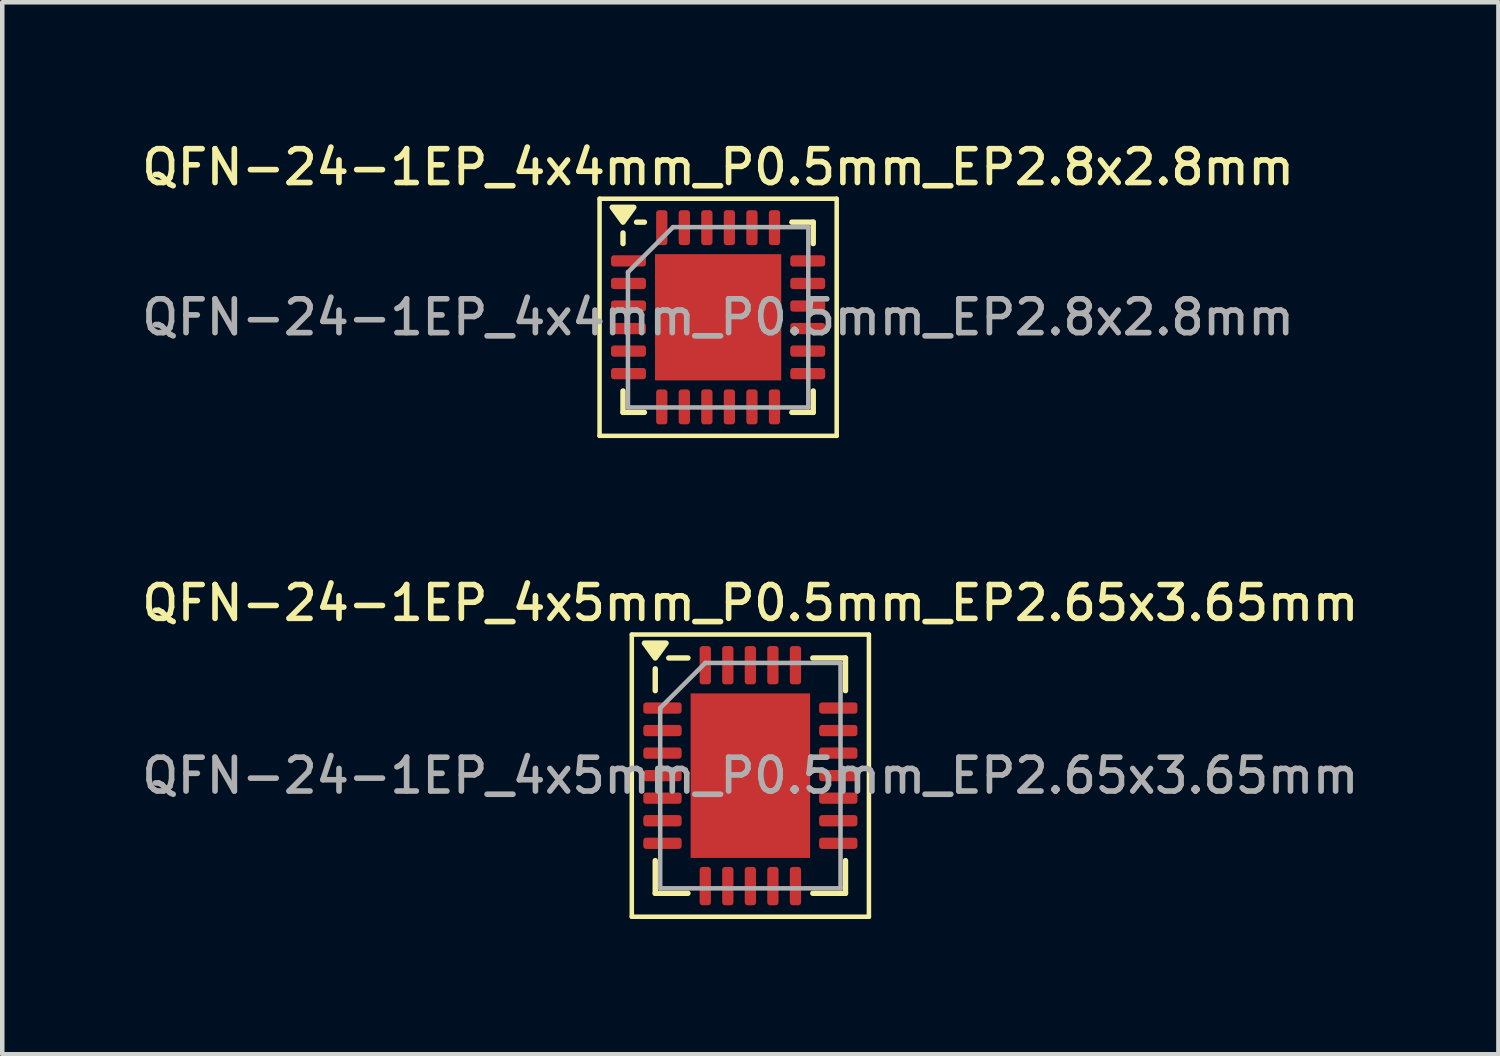
<source format=kicad_pcb>
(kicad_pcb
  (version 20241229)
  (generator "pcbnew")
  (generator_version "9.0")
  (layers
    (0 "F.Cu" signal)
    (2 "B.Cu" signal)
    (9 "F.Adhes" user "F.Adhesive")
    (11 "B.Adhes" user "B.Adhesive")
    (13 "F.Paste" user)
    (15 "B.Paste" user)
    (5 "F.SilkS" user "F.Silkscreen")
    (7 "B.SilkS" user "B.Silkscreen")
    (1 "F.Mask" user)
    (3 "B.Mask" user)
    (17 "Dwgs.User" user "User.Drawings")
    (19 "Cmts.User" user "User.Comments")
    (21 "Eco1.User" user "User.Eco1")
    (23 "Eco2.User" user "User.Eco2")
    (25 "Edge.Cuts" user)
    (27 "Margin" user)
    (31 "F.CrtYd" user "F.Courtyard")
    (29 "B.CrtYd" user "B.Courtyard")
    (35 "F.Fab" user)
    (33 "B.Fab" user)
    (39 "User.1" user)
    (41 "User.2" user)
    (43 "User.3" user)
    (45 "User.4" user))
  (footprint "QFN-24-1EP_4x4mm_P0.5mm_EP2.8x2.8mm"
    (layer "F.Cu")
    (at 12.88 3.988)
    (property "Reference" "QFN-24-1EP_4x4mm_P0.5mm_EP2.8x2.8mm" (at 0 -3.33 0) (layer "F.SilkS") (effects (font (size 0.75 0.75) (thickness 0.125))))
    (attr smd)
    (fp_line (start -2.63 -2.63) (end -2.63 2.63) (stroke (width 0.1) (type solid)) (layer "F.SilkS"))
    (fp_line (start -2.63 2.63) (end 2.63 2.63) (stroke (width 0.1) (type solid)) (layer "F.SilkS"))
    (fp_line (start -2.11 -1.635) (end -2.11 -1.87) (stroke (width 0.12) (type solid)) (layer "F.SilkS"))
    (fp_line (start -2.11 2.11) (end -2.11 1.635) (stroke (width 0.12) (type solid)) (layer "F.SilkS"))
    (fp_line (start -1.635 -2.11) (end -1.81 -2.11) (stroke (width 0.12) (type solid)) (layer "F.SilkS"))
    (fp_line (start -1.635 2.11) (end -2.11 2.11) (stroke (width 0.12) (type solid)) (layer "F.SilkS"))
    (fp_line (start 1.635 -2.11) (end 2.11 -2.11) (stroke (width 0.12) (type solid)) (layer "F.SilkS"))
    (fp_line (start 1.635 2.11) (end 2.11 2.11) (stroke (width 0.12) (type solid)) (layer "F.SilkS"))
    (fp_line (start 2.11 -2.11) (end 2.11 -1.635) (stroke (width 0.12) (type solid)) (layer "F.SilkS"))
    (fp_line (start 2.11 2.11) (end 2.11 1.635) (stroke (width 0.12) (type solid)) (layer "F.SilkS"))
    (fp_line (start 2.63 -2.63) (end -2.63 -2.63) (stroke (width 0.1) (type solid)) (layer "F.SilkS"))
    (fp_line (start 2.63 2.63) (end 2.63 -2.63) (stroke (width 0.1) (type solid)) (layer "F.SilkS"))
    (fp_poly (pts (xy -2.11 -2.11) (xy -2.35 -2.44) (xy -1.87 -2.44) (xy -2.11 -2.11)) (stroke (width 0.12) (type solid)) (fill yes) (layer "F.SilkS"))
    (fp_line (start -2 -1) (end -1 -2) (stroke (width 0.1) (type solid)) (layer "F.Fab"))
    (fp_line (start -2 2) (end -2 -1) (stroke (width 0.1) (type solid)) (layer "F.Fab"))
    (fp_line (start -1 -2) (end 2 -2) (stroke (width 0.1) (type solid)) (layer "F.Fab"))
    (fp_line (start 2 -2) (end 2 2) (stroke (width 0.1) (type solid)) (layer "F.Fab"))
    (fp_line (start 2 2) (end -2 2) (stroke (width 0.1) (type solid)) (layer "F.Fab"))
    (fp_text user "${REFERENCE}" (at 0 0 0) (layer "F.Fab") (effects (font (size 0.75 0.75) (thickness 0.125))))
    (pad "" smd roundrect (at -0.7 -0.7) (size 1.13 1.13) (layers "F.Paste") (roundrect_rratio 0.221))
    (pad "" smd roundrect (at -0.7 0.7) (size 1.13 1.13) (layers "F.Paste") (roundrect_rratio 0.221))
    (pad "" smd roundrect (at 0.7 -0.7) (size 1.13 1.13) (layers "F.Paste") (roundrect_rratio 0.221))
    (pad "" smd roundrect (at 0.7 0.7) (size 1.13 1.13) (layers "F.Paste") (roundrect_rratio 0.221))
    (pad "1" smd roundrect (at -1.988 -1.25) (size 0.775 0.25) (layers "F.Cu" "F.Mask" "F.Paste") (roundrect_rratio 0.25))
    (pad "2" smd roundrect (at -1.988 -0.75) (size 0.775 0.25) (layers "F.Cu" "F.Mask" "F.Paste") (roundrect_rratio 0.25))
    (pad "3" smd roundrect (at -1.988 -0.25) (size 0.775 0.25) (layers "F.Cu" "F.Mask" "F.Paste") (roundrect_rratio 0.25))
    (pad "4" smd roundrect (at -1.988 0.25) (size 0.775 0.25) (layers "F.Cu" "F.Mask" "F.Paste") (roundrect_rratio 0.25))
    (pad "5" smd roundrect (at -1.988 0.75) (size 0.775 0.25) (layers "F.Cu" "F.Mask" "F.Paste") (roundrect_rratio 0.25))
    (pad "6" smd roundrect (at -1.988 1.25) (size 0.775 0.25) (layers "F.Cu" "F.Mask" "F.Paste") (roundrect_rratio 0.25))
    (pad "7" smd roundrect (at -1.25 1.988) (size 0.25 0.775) (layers "F.Cu" "F.Mask" "F.Paste") (roundrect_rratio 0.25))
    (pad "8" smd roundrect (at -0.75 1.988) (size 0.25 0.775) (layers "F.Cu" "F.Mask" "F.Paste") (roundrect_rratio 0.25))
    (pad "9" smd roundrect (at -0.25 1.988) (size 0.25 0.775) (layers "F.Cu" "F.Mask" "F.Paste") (roundrect_rratio 0.25))
    (pad "10" smd roundrect (at 0.25 1.988) (size 0.25 0.775) (layers "F.Cu" "F.Mask" "F.Paste") (roundrect_rratio 0.25))
    (pad "11" smd roundrect (at 0.75 1.988) (size 0.25 0.775) (layers "F.Cu" "F.Mask" "F.Paste") (roundrect_rratio 0.25))
    (pad "12" smd roundrect (at 1.25 1.988) (size 0.25 0.775) (layers "F.Cu" "F.Mask" "F.Paste") (roundrect_rratio 0.25))
    (pad "13" smd roundrect (at 1.988 1.25) (size 0.775 0.25) (layers "F.Cu" "F.Mask" "F.Paste") (roundrect_rratio 0.25))
    (pad "14" smd roundrect (at 1.988 0.75) (size 0.775 0.25) (layers "F.Cu" "F.Mask" "F.Paste") (roundrect_rratio 0.25))
    (pad "15" smd roundrect (at 1.988 0.25) (size 0.775 0.25) (layers "F.Cu" "F.Mask" "F.Paste") (roundrect_rratio 0.25))
    (pad "16" smd roundrect (at 1.988 -0.25) (size 0.775 0.25) (layers "F.Cu" "F.Mask" "F.Paste") (roundrect_rratio 0.25))
    (pad "17" smd roundrect (at 1.988 -0.75) (size 0.775 0.25) (layers "F.Cu" "F.Mask" "F.Paste") (roundrect_rratio 0.25))
    (pad "18" smd roundrect (at 1.988 -1.25) (size 0.775 0.25) (layers "F.Cu" "F.Mask" "F.Paste") (roundrect_rratio 0.25))
    (pad "19" smd roundrect (at 1.25 -1.988) (size 0.25 0.775) (layers "F.Cu" "F.Mask" "F.Paste") (roundrect_rratio 0.25))
    (pad "20" smd roundrect (at 0.75 -1.988) (size 0.25 0.775) (layers "F.Cu" "F.Mask" "F.Paste") (roundrect_rratio 0.25))
    (pad "21" smd roundrect (at 0.25 -1.988) (size 0.25 0.775) (layers "F.Cu" "F.Mask" "F.Paste") (roundrect_rratio 0.25))
    (pad "22" smd roundrect (at -0.25 -1.988) (size 0.25 0.775) (layers "F.Cu" "F.Mask" "F.Paste") (roundrect_rratio 0.25))
    (pad "23" smd roundrect (at -0.75 -1.988) (size 0.25 0.775) (layers "F.Cu" "F.Mask" "F.Paste") (roundrect_rratio 0.25))
    (pad "24" smd roundrect (at -1.25 -1.988) (size 0.25 0.775) (layers "F.Cu" "F.Mask" "F.Paste") (roundrect_rratio 0.25))
    (pad "25" smd rect (at 0 0) (size 2.8 2.8) (property pad_prop_heatsink) (layers "F.Cu" "F.Mask")))
  (footprint "QFN-24-1EP_4x5mm_P0.5mm_EP2.65x3.65mm"
    (layer "F.Cu")
    (at 13.595 14.156)
    (property "Reference" "QFN-24-1EP_4x5mm_P0.5mm_EP2.65x3.65mm" (at 0 -3.83 0) (layer "F.SilkS") (effects (font (size 0.75 0.75) (thickness 0.125))))
    (attr smd)
    (fp_line (start -2.63 -3.13) (end -2.63 3.13) (stroke (width 0.1) (type solid)) (layer "F.SilkS"))
    (fp_line (start -2.63 3.13) (end 2.63 3.13) (stroke (width 0.1) (type solid)) (layer "F.SilkS"))
    (fp_line (start -2.11 -1.885) (end -2.11 -2.37) (stroke (width 0.12) (type solid)) (layer "F.SilkS"))
    (fp_line (start -2.11 2.61) (end -2.11 1.885) (stroke (width 0.12) (type solid)) (layer "F.SilkS"))
    (fp_line (start -1.385 -2.61) (end -1.81 -2.61) (stroke (width 0.12) (type solid)) (layer "F.SilkS"))
    (fp_line (start -1.385 2.61) (end -2.11 2.61) (stroke (width 0.12) (type solid)) (layer "F.SilkS"))
    (fp_line (start 1.385 -2.61) (end 2.11 -2.61) (stroke (width 0.12) (type solid)) (layer "F.SilkS"))
    (fp_line (start 1.385 2.61) (end 2.11 2.61) (stroke (width 0.12) (type solid)) (layer "F.SilkS"))
    (fp_line (start 2.11 -2.61) (end 2.11 -1.885) (stroke (width 0.12) (type solid)) (layer "F.SilkS"))
    (fp_line (start 2.11 2.61) (end 2.11 1.885) (stroke (width 0.12) (type solid)) (layer "F.SilkS"))
    (fp_line (start 2.63 -3.13) (end -2.63 -3.13) (stroke (width 0.1) (type solid)) (layer "F.SilkS"))
    (fp_line (start 2.63 3.13) (end 2.63 -3.13) (stroke (width 0.1) (type solid)) (layer "F.SilkS"))
    (fp_poly (pts (xy -2.11 -2.61) (xy -2.35 -2.94) (xy -1.87 -2.94) (xy -2.11 -2.61)) (stroke (width 0.12) (type solid)) (fill yes) (layer "F.SilkS"))
    (fp_line (start -2 -1.5) (end -1 -2.5) (stroke (width 0.1) (type solid)) (layer "F.Fab"))
    (fp_line (start -2 2.5) (end -2 -1.5) (stroke (width 0.1) (type solid)) (layer "F.Fab"))
    (fp_line (start -1 -2.5) (end 2 -2.5) (stroke (width 0.1) (type solid)) (layer "F.Fab"))
    (fp_line (start 2 -2.5) (end 2 2.5) (stroke (width 0.1) (type solid)) (layer "F.Fab"))
    (fp_line (start 2 2.5) (end -2 2.5) (stroke (width 0.1) (type solid)) (layer "F.Fab"))
    (fp_text user "${REFERENCE}" (at 0 0 0) (layer "F.Fab") (effects (font (size 0.75 0.75) (thickness 0.125))))
    (pad "" smd roundrect (at -0.66 -1.22) (size 1.07 0.98) (layers "F.Paste") (roundrect_rratio 0.25))
    (pad "" smd roundrect (at -0.66 0) (size 1.07 0.98) (layers "F.Paste") (roundrect_rratio 0.25))
    (pad "" smd roundrect (at -0.66 1.22) (size 1.07 0.98) (layers "F.Paste") (roundrect_rratio 0.25))
    (pad "" smd roundrect (at 0.66 -1.22) (size 1.07 0.98) (layers "F.Paste") (roundrect_rratio 0.25))
    (pad "" smd roundrect (at 0.66 0) (size 1.07 0.98) (layers "F.Paste") (roundrect_rratio 0.25))
    (pad "" smd roundrect (at 0.66 1.22) (size 1.07 0.98) (layers "F.Paste") (roundrect_rratio 0.25))
    (pad "1" smd roundrect (at -1.95 -1.5) (size 0.85 0.25) (layers "F.Cu" "F.Mask" "F.Paste") (roundrect_rratio 0.25))
    (pad "2" smd roundrect (at -1.95 -1) (size 0.85 0.25) (layers "F.Cu" "F.Mask" "F.Paste") (roundrect_rratio 0.25))
    (pad "3" smd roundrect (at -1.95 -0.5) (size 0.85 0.25) (layers "F.Cu" "F.Mask" "F.Paste") (roundrect_rratio 0.25))
    (pad "4" smd roundrect (at -1.95 0) (size 0.85 0.25) (layers "F.Cu" "F.Mask" "F.Paste") (roundrect_rratio 0.25))
    (pad "5" smd roundrect (at -1.95 0.5) (size 0.85 0.25) (layers "F.Cu" "F.Mask" "F.Paste") (roundrect_rratio 0.25))
    (pad "6" smd roundrect (at -1.95 1) (size 0.85 0.25) (layers "F.Cu" "F.Mask" "F.Paste") (roundrect_rratio 0.25))
    (pad "7" smd roundrect (at -1.95 1.5) (size 0.85 0.25) (layers "F.Cu" "F.Mask" "F.Paste") (roundrect_rratio 0.25))
    (pad "8" smd roundrect (at -1 2.45) (size 0.25 0.85) (layers "F.Cu" "F.Mask" "F.Paste") (roundrect_rratio 0.25))
    (pad "9" smd roundrect (at -0.5 2.45) (size 0.25 0.85) (layers "F.Cu" "F.Mask" "F.Paste") (roundrect_rratio 0.25))
    (pad "10" smd roundrect (at 0 2.45) (size 0.25 0.85) (layers "F.Cu" "F.Mask" "F.Paste") (roundrect_rratio 0.25))
    (pad "11" smd roundrect (at 0.5 2.45) (size 0.25 0.85) (layers "F.Cu" "F.Mask" "F.Paste") (roundrect_rratio 0.25))
    (pad "12" smd roundrect (at 1 2.45) (size 0.25 0.85) (layers "F.Cu" "F.Mask" "F.Paste") (roundrect_rratio 0.25))
    (pad "13" smd roundrect (at 1.95 1.5) (size 0.85 0.25) (layers "F.Cu" "F.Mask" "F.Paste") (roundrect_rratio 0.25))
    (pad "14" smd roundrect (at 1.95 1) (size 0.85 0.25) (layers "F.Cu" "F.Mask" "F.Paste") (roundrect_rratio 0.25))
    (pad "15" smd roundrect (at 1.95 0.5) (size 0.85 0.25) (layers "F.Cu" "F.Mask" "F.Paste") (roundrect_rratio 0.25))
    (pad "16" smd roundrect (at 1.95 0) (size 0.85 0.25) (layers "F.Cu" "F.Mask" "F.Paste") (roundrect_rratio 0.25))
    (pad "17" smd roundrect (at 1.95 -0.5) (size 0.85 0.25) (layers "F.Cu" "F.Mask" "F.Paste") (roundrect_rratio 0.25))
    (pad "18" smd roundrect (at 1.95 -1) (size 0.85 0.25) (layers "F.Cu" "F.Mask" "F.Paste") (roundrect_rratio 0.25))
    (pad "19" smd roundrect (at 1.95 -1.5) (size 0.85 0.25) (layers "F.Cu" "F.Mask" "F.Paste") (roundrect_rratio 0.25))
    (pad "20" smd roundrect (at 1 -2.45) (size 0.25 0.85) (layers "F.Cu" "F.Mask" "F.Paste") (roundrect_rratio 0.25))
    (pad "21" smd roundrect (at 0.5 -2.45) (size 0.25 0.85) (layers "F.Cu" "F.Mask" "F.Paste") (roundrect_rratio 0.25))
    (pad "22" smd roundrect (at 0 -2.45) (size 0.25 0.85) (layers "F.Cu" "F.Mask" "F.Paste") (roundrect_rratio 0.25))
    (pad "23" smd roundrect (at -0.5 -2.45) (size 0.25 0.85) (layers "F.Cu" "F.Mask" "F.Paste") (roundrect_rratio 0.25))
    (pad "24" smd roundrect (at -1 -2.45) (size 0.25 0.85) (layers "F.Cu" "F.Mask" "F.Paste") (roundrect_rratio 0.25))
    (pad "25" smd rect (at 0 0) (size 2.65 3.65) (property pad_prop_heatsink) (layers "F.Cu" "F.Mask")))
  (gr_rect
    (start -3 -3)
    (end 30.189 20.336)
    (stroke (width 0.1) (type default))
    (fill no)
    (layer "Edge.Cuts")))
</source>
